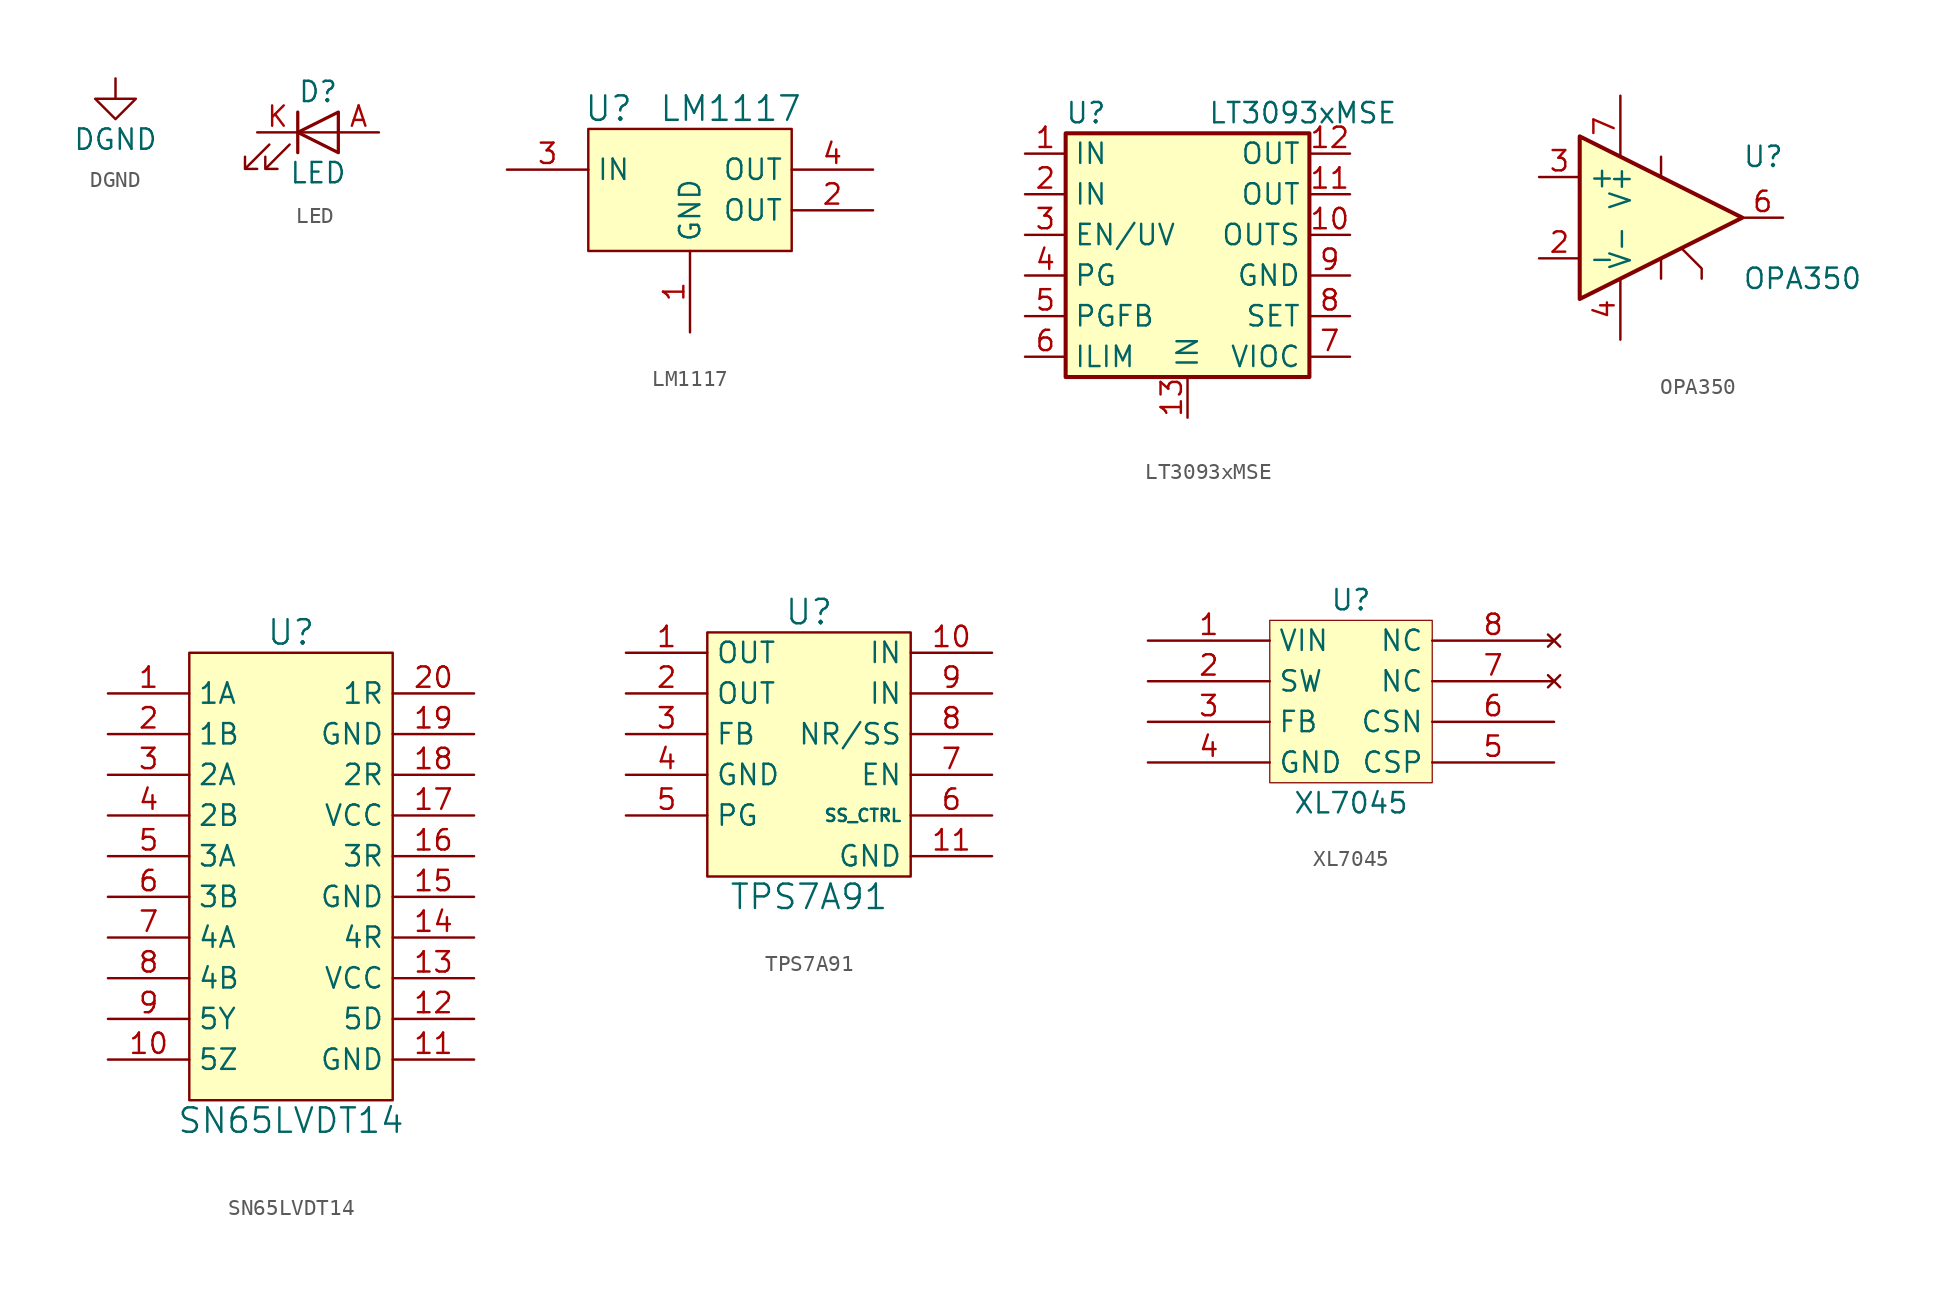
<source format=kicad_sym>
(kicad_symbol_lib
  (version 20231120)
  (generator "kicad_symbol_editor")
  (generator_version "8.0")
  (symbol "DGND"
    (power)
    (pin_names
      (offset 0))
    (property "Reference" "#PWR"
      (at 0 -6.35 0)
      (effects (font (size 1.27 1.27)) (hide yes)))
    (property "Value" "DGND"
      (at 0 -3.81 0)
      (effects (font (size 1.27 1.27))))
    (symbol "DGND_0_1"
      (polyline (pts (xy 0 0) (xy 0 -1.27) (xy 1.27 -1.27) (xy 0 -2.54) (xy -1.27 -1.27) (xy 0 -1.27)) (stroke (width 0) (type default)) (fill (type none))))
    (symbol "DGND_1_1"
      (pin power_in line (at 0 0 270) (length 0) hide (name "DGND" (effects (font (size 1.27 1.27)))) (number "1" (effects (font (size 1.27 1.27)))))))
  (symbol "LED"
    (pin_names hide)
    (property "Reference" "D"
      (at 0 2.54 0)
      (effects (font (size 1.27 1.27))))
    (property "Value" "LED"
      (at 0 -2.54 0)
      (effects (font (size 1.27 1.27))))
    (symbol "LED_0_1"
      (polyline (pts (xy -1.27 -1.27) (xy -1.27 1.27)) (stroke (width 0.203) (type default)) (fill (type none)))
      (polyline (pts (xy -1.27 0) (xy 1.27 0)) (stroke (width 0) (type default)) (fill (type none)))
      (polyline (pts (xy 1.27 -1.27) (xy 1.27 1.27) (xy -1.27 0) (xy 1.27 -1.27)) (stroke (width 0.203) (type default)) (fill (type none)))
      (polyline (pts (xy -3.048 -0.762) (xy -4.572 -2.286) (xy -3.81 -2.286) (xy -4.572 -2.286) (xy -4.572 -1.524)) (stroke (width 0) (type default)) (fill (type none)))
      (polyline (pts (xy -1.778 -0.762) (xy -3.302 -2.286) (xy -2.54 -2.286) (xy -3.302 -2.286) (xy -3.302 -1.524)) (stroke (width 0) (type default)) (fill (type none))))
    (symbol "LED_1_1"
      (pin passive line (at 3.81 0 180) (length 2.54) (name "A" (effects (font (size 1.27 1.27)))) (number "A" (effects (font (size 1.27 1.27)))))
      (pin passive line (at -3.81 0 0) (length 2.54) (name "K" (effects (font (size 1.27 1.27)))) (number "K" (effects (font (size 1.27 1.27)))))))
  (symbol "LM1117"
    (property "Reference" "U"
      (at -5.08 5.08 0)
      (effects (font (size 1.524 1.524))))
    (property "Value" "LM1117"
      (at 2.54 5.08 0)
      (effects (font (size 1.524 1.524))))
    (property "Footprint" ""
      (at 0 0 0)
      (effects (font (size 1.524 1.524))))
    (property "Datasheet" ""
      (at 0 0 0)
      (effects (font (size 1.524 1.524))))
    (symbol "LM1117_0_1"
      (rectangle (start -6.35 3.81) (end 6.35 -3.81) (stroke (width 0) (type default)) (fill (type background))))
    (symbol "LM1117_1_1"
      (pin input line (at 0 -8.89 90) (length 5.08) (name "GND" (effects (font (size 1.27 1.27)))) (number "1" (effects (font (size 1.27 1.27)))))
      (pin passive line (at 11.43 -1.27 180) (length 5.08) (name "OUT" (effects (font (size 1.27 1.27)))) (number "2" (effects (font (size 1.27 1.27)))))
      (pin input line (at -11.43 1.27 0) (length 5.08) (name "IN" (effects (font (size 1.27 1.27)))) (number "3" (effects (font (size 1.27 1.27)))))
      (pin power_out line (at 11.43 1.27 180) (length 5.08) (name "OUT" (effects (font (size 1.27 1.27)))) (number "4" (effects (font (size 1.27 1.27)))))))
  (symbol "LT3093xMSE"
    (property "Reference" "U"
      (at -6.35 8.89 0)
      (effects (font (size 1.27 1.27))))
    (property "Value" "LT3093xMSE"
      (at 1.27 8.89 0)
      (effects (font (size 1.27 1.27)) (justify left)))
    (symbol "LT3093xMSE_0_1"
      (rectangle (start -7.62 7.62) (end 7.62 -7.62) (stroke (width 0.254) (type default)) (fill (type background))))
    (symbol "LT3093xMSE_1_1"
      (pin power_in line (at -10.16 6.35 0) (length 2.54) (name "IN" (effects (font (size 1.27 1.27)))) (number "1" (effects (font (size 1.27 1.27)))))
      (pin input line (at 10.16 1.27 180) (length 2.54) (name "OUTS" (effects (font (size 1.27 1.27)))) (number "10" (effects (font (size 1.27 1.27)))))
      (pin power_out line (at 10.16 3.81 180) (length 2.54) (name "OUT" (effects (font (size 1.27 1.27)))) (number "11" (effects (font (size 1.27 1.27)))))
      (pin power_out line (at 10.16 6.35 180) (length 2.54) (name "OUT" (effects (font (size 1.27 1.27)))) (number "12" (effects (font (size 1.27 1.27)))))
      (pin power_in line (at 0 -10.16 90) (length 2.54) (name "IN" (effects (font (size 1.27 1.27)))) (number "13" (effects (font (size 1.27 1.27)))))
      (pin power_in line (at -10.16 3.81 0) (length 2.54) (name "IN" (effects (font (size 1.27 1.27)))) (number "2" (effects (font (size 1.27 1.27)))))
      (pin input line (at -10.16 1.27 0) (length 2.54) (name "EN/UV" (effects (font (size 1.27 1.27)))) (number "3" (effects (font (size 1.27 1.27)))))
      (pin open_collector line (at -10.16 -1.27 0) (length 2.54) (name "PG" (effects (font (size 1.27 1.27)))) (number "4" (effects (font (size 1.27 1.27)))))
      (pin input line (at -10.16 -3.81 0) (length 2.54) (name "PGFB" (effects (font (size 1.27 1.27)))) (number "5" (effects (font (size 1.27 1.27)))))
      (pin passive line (at -10.16 -6.35 0) (length 2.54) (name "ILIM" (effects (font (size 1.27 1.27)))) (number "6" (effects (font (size 1.27 1.27)))))
      (pin output line (at 10.16 -6.35 180) (length 2.54) (name "VIOC" (effects (font (size 1.27 1.27)))) (number "7" (effects (font (size 1.27 1.27)))))
      (pin passive line (at 10.16 -3.81 180) (length 2.54) (name "SET" (effects (font (size 1.27 1.27)))) (number "8" (effects (font (size 1.27 1.27)))))
      (pin power_in line (at 10.16 -1.27 180) (length 2.54) (name "GND" (effects (font (size 1.27 1.27)))) (number "9" (effects (font (size 1.27 1.27)))))))
  (symbol "OPA350"
    (property "Reference" "U"
      (at 5.08 3.81 0)
      (effects (font (size 1.27 1.27)) (justify left)))
    (property "Value" "OPA350"
      (at 5.08 -3.81 0)
      (effects (font (size 1.27 1.27)) (justify left)))
    (property "Footprint" ""
      (at 0 0 0)
      (effects (font (size 1.27 1.27))))
    (property "Datasheet" ""
      (at 0 0 0)
      (effects (font (size 1.27 1.27))))
    (symbol "OPA350_0_1"
      (polyline (pts (xy 0 -3.81) (xy 0 -2.54)) (stroke (width 0.152) (type default)) (fill (type none)))
      (polyline (pts (xy 0 3.81) (xy 0 2.54)) (stroke (width 0.152) (type default)) (fill (type none)))
      (polyline (pts (xy 1.27 -1.905) (xy 2.54 -3.175) (xy 2.54 -3.81)) (stroke (width 0.152) (type default)) (fill (type none)))
      (polyline (pts (xy 5.08 0) (xy -5.08 5.08) (xy -5.08 -5.08) (xy 5.08 0)) (stroke (width 0.254) (type default)) (fill (type background))))
    (symbol "OPA350_1_1"
      (pin no_connect line (at 0 -7.62 90) (length 3.81) hide (name "NC" (effects (font (size 1.27 1.27)))) (number "1" (effects (font (size 1.27 1.27)))))
      (pin input line (at -7.62 -2.54 0) (length 2.54) (name "-" (effects (font (size 1.27 1.27)))) (number "2" (effects (font (size 1.27 1.27)))))
      (pin input line (at -7.62 2.54 0) (length 2.54) (name "+" (effects (font (size 1.27 1.27)))) (number "3" (effects (font (size 1.27 1.27)))))
      (pin power_in line (at -2.54 -7.62 90) (length 3.81) (name "V-" (effects (font (size 1.27 1.27)))) (number "4" (effects (font (size 1.27 1.27)))))
      (pin no_connect line (at 0 7.62 270) (length 3.81) hide (name "NC" (effects (font (size 1.27 1.27)))) (number "5" (effects (font (size 1.27 1.27)))))
      (pin output line (at 7.62 0 180) (length 2.54) (name "~" (effects (font (size 1.27 1.27)))) (number "6" (effects (font (size 1.27 1.27)))))
      (pin power_in line (at -2.54 7.62 270) (length 3.81) (name "V+" (effects (font (size 1.27 1.27)))) (number "7" (effects (font (size 1.27 1.27)))))
      (pin no_connect line (at 2.54 -7.62 90) (length 3.81) hide (name "NC" (effects (font (size 1.27 1.27)))) (number "8" (effects (font (size 1.27 1.27)))))))
  (symbol "SN65LVDT14"
    (property "Reference" "U"
      (at 0 15.24 0)
      (effects (font (size 1.524 1.524))))
    (property "Value" "SN65LVDT14"
      (at 0 -15.24 0)
      (effects (font (size 1.524 1.524))))
    (property "Footprint" ""
      (at 0 0 0)
      (effects (font (size 1.524 1.524))))
    (property "Datasheet" ""
      (at 0 0 0)
      (effects (font (size 1.524 1.524))))
    (symbol "SN65LVDT14_0_1"
      (rectangle (start -6.35 13.97) (end 6.35 -13.97) (stroke (width 0) (type default)) (fill (type background))))
    (symbol "SN65LVDT14_1_1"
      (pin input line (at -11.43 11.43 0) (length 5.08) (name "1A" (effects (font (size 1.27 1.27)))) (number "1" (effects (font (size 1.27 1.27)))))
      (pin output line (at -11.43 -11.43 0) (length 5.08) (name "5Z" (effects (font (size 1.27 1.27)))) (number "10" (effects (font (size 1.27 1.27)))))
      (pin input line (at 11.43 -11.43 180) (length 5.08) (name "GND" (effects (font (size 1.27 1.27)))) (number "11" (effects (font (size 1.27 1.27)))))
      (pin input line (at 11.43 -8.89 180) (length 5.08) (name "5D" (effects (font (size 1.27 1.27)))) (number "12" (effects (font (size 1.27 1.27)))))
      (pin power_in line (at 11.43 -6.35 180) (length 5.08) (name "VCC" (effects (font (size 1.27 1.27)))) (number "13" (effects (font (size 1.27 1.27)))))
      (pin output line (at 11.43 -3.81 180) (length 5.08) (name "4R" (effects (font (size 1.27 1.27)))) (number "14" (effects (font (size 1.27 1.27)))))
      (pin power_in line (at 11.43 -1.27 180) (length 5.08) (name "GND" (effects (font (size 1.27 1.27)))) (number "15" (effects (font (size 1.27 1.27)))))
      (pin output line (at 11.43 1.27 180) (length 5.08) (name "3R" (effects (font (size 1.27 1.27)))) (number "16" (effects (font (size 1.27 1.27)))))
      (pin power_in line (at 11.43 3.81 180) (length 5.08) (name "VCC" (effects (font (size 1.27 1.27)))) (number "17" (effects (font (size 1.27 1.27)))))
      (pin output line (at 11.43 6.35 180) (length 5.08) (name "2R" (effects (font (size 1.27 1.27)))) (number "18" (effects (font (size 1.27 1.27)))))
      (pin power_in line (at 11.43 8.89 180) (length 5.08) (name "GND" (effects (font (size 1.27 1.27)))) (number "19" (effects (font (size 1.27 1.27)))))
      (pin input line (at -11.43 8.89 0) (length 5.08) (name "1B" (effects (font (size 1.27 1.27)))) (number "2" (effects (font (size 1.27 1.27)))))
      (pin output line (at 11.43 11.43 180) (length 5.08) (name "1R" (effects (font (size 1.27 1.27)))) (number "20" (effects (font (size 1.27 1.27)))))
      (pin input line (at -11.43 6.35 0) (length 5.08) (name "2A" (effects (font (size 1.27 1.27)))) (number "3" (effects (font (size 1.27 1.27)))))
      (pin input line (at -11.43 3.81 0) (length 5.08) (name "2B" (effects (font (size 1.27 1.27)))) (number "4" (effects (font (size 1.27 1.27)))))
      (pin input line (at -11.43 1.27 0) (length 5.08) (name "3A" (effects (font (size 1.27 1.27)))) (number "5" (effects (font (size 1.27 1.27)))))
      (pin input line (at -11.43 -1.27 0) (length 5.08) (name "3B" (effects (font (size 1.27 1.27)))) (number "6" (effects (font (size 1.27 1.27)))))
      (pin input line (at -11.43 -3.81 0) (length 5.08) (name "4A" (effects (font (size 1.27 1.27)))) (number "7" (effects (font (size 1.27 1.27)))))
      (pin input line (at -11.43 -6.35 0) (length 5.08) (name "4B" (effects (font (size 1.27 1.27)))) (number "8" (effects (font (size 1.27 1.27)))))
      (pin output line (at -11.43 -8.89 0) (length 5.08) (name "5Y" (effects (font (size 1.27 1.27)))) (number "9" (effects (font (size 1.27 1.27)))))))
  (symbol "TPS7A91"
    (property "Reference" "U"
      (at 0 11.43 0)
      (effects (font (size 1.524 1.524))))
    (property "Value" "TPS7A91"
      (at 0 -6.35 0)
      (effects (font (size 1.524 1.524))))
    (property "Footprint" ""
      (at 0 1.27 0)
      (effects (font (size 1.524 1.524))))
    (property "Datasheet" ""
      (at 0 1.27 0)
      (effects (font (size 1.524 1.524))))
    (symbol "TPS7A91_0_1"
      (rectangle (start -6.35 10.16) (end 6.35 -5.08) (stroke (width 0) (type default)) (fill (type background))))
    (symbol "TPS7A91_1_1"
      (pin power_out line (at -11.43 8.89 0) (length 5.08) (name "OUT" (effects (font (size 1.27 1.27)))) (number "1" (effects (font (size 1.27 1.27)))))
      (pin input line (at 11.43 8.89 180) (length 5.08) (name "IN" (effects (font (size 1.27 1.27)))) (number "10" (effects (font (size 1.27 1.27)))))
      (pin power_in line (at 11.43 -3.81 180) (length 5.08) (name "GND" (effects (font (size 1.27 1.27)))) (number "11" (effects (font (size 1.27 1.27)))))
      (pin passive line (at -11.43 6.35 0) (length 5.08) (name "OUT" (effects (font (size 1.27 1.27)))) (number "2" (effects (font (size 1.27 1.27)))))
      (pin input line (at -11.43 3.81 0) (length 5.08) (name "FB" (effects (font (size 1.27 1.27)))) (number "3" (effects (font (size 1.27 1.27)))))
      (pin power_in line (at -11.43 1.27 0) (length 5.08) (name "GND" (effects (font (size 1.27 1.27)))) (number "4" (effects (font (size 1.27 1.27)))))
      (pin open_collector line (at -11.43 -1.27 0) (length 5.08) (name "PG" (effects (font (size 1.27 1.27)))) (number "5" (effects (font (size 1.27 1.27)))))
      (pin input line (at 11.43 -1.27 180) (length 5.08) (name "SS_CTRL" (effects (font (size 0.762 0.762)))) (number "6" (effects (font (size 1.27 1.27)))))
      (pin input line (at 11.43 1.27 180) (length 5.08) (name "EN" (effects (font (size 1.27 1.27)))) (number "7" (effects (font (size 1.27 1.27)))))
      (pin output line (at 11.43 3.81 180) (length 5.08) (name "NR/SS" (effects (font (size 1.27 1.27)))) (number "8" (effects (font (size 1.27 1.27)))))
      (pin input line (at 11.43 6.35 180) (length 5.08) (name "IN" (effects (font (size 1.27 1.27)))) (number "9" (effects (font (size 1.27 1.27)))))))
  (symbol "XL7045"
    (property "Reference" "U"
      (at 0 6.35 0)
      (effects (font (size 1.27 1.27))))
    (property "Value" "XL7045"
      (at 0 -6.35 0)
      (effects (font (size 1.27 1.27))))
    (symbol "XL7045_0_1"
      (rectangle (start -5.08 5.08) (end 5.08 -5.08) (stroke (width 0.076) (type default)) (fill (type background))))
    (symbol "XL7045_1_1"
      (pin power_in line (at -12.7 3.81 0) (length 7.62) (name "VIN" (effects (font (size 1.27 1.27)))) (number "1" (effects (font (size 1.27 1.27)))))
      (pin power_out line (at -12.7 1.27 0) (length 7.62) (name "SW" (effects (font (size 1.27 1.27)))) (number "2" (effects (font (size 1.27 1.27)))))
      (pin input line (at -12.7 -1.27 0) (length 7.62) (name "FB" (effects (font (size 1.27 1.27)))) (number "3" (effects (font (size 1.27 1.27)))))
      (pin power_in line (at -12.7 -3.81 0) (length 7.62) (name "GND" (effects (font (size 1.27 1.27)))) (number "4" (effects (font (size 1.27 1.27)))))
      (pin input line (at 12.7 -3.81 180) (length 7.62) (name "CSP" (effects (font (size 1.27 1.27)))) (number "5" (effects (font (size 1.27 1.27)))))
      (pin input line (at 12.7 -1.27 180) (length 7.62) (name "CSN" (effects (font (size 1.27 1.27)))) (number "6" (effects (font (size 1.27 1.27)))))
      (pin no_connect line (at 12.7 1.27 180) (length 7.62) (name "NC" (effects (font (size 1.27 1.27)))) (number "7" (effects (font (size 1.27 1.27)))))
      (pin no_connect line (at 12.7 3.81 180) (length 7.62) (name "NC" (effects (font (size 1.27 1.27)))) (number "8" (effects (font (size 1.27 1.27))))))))
</source>
